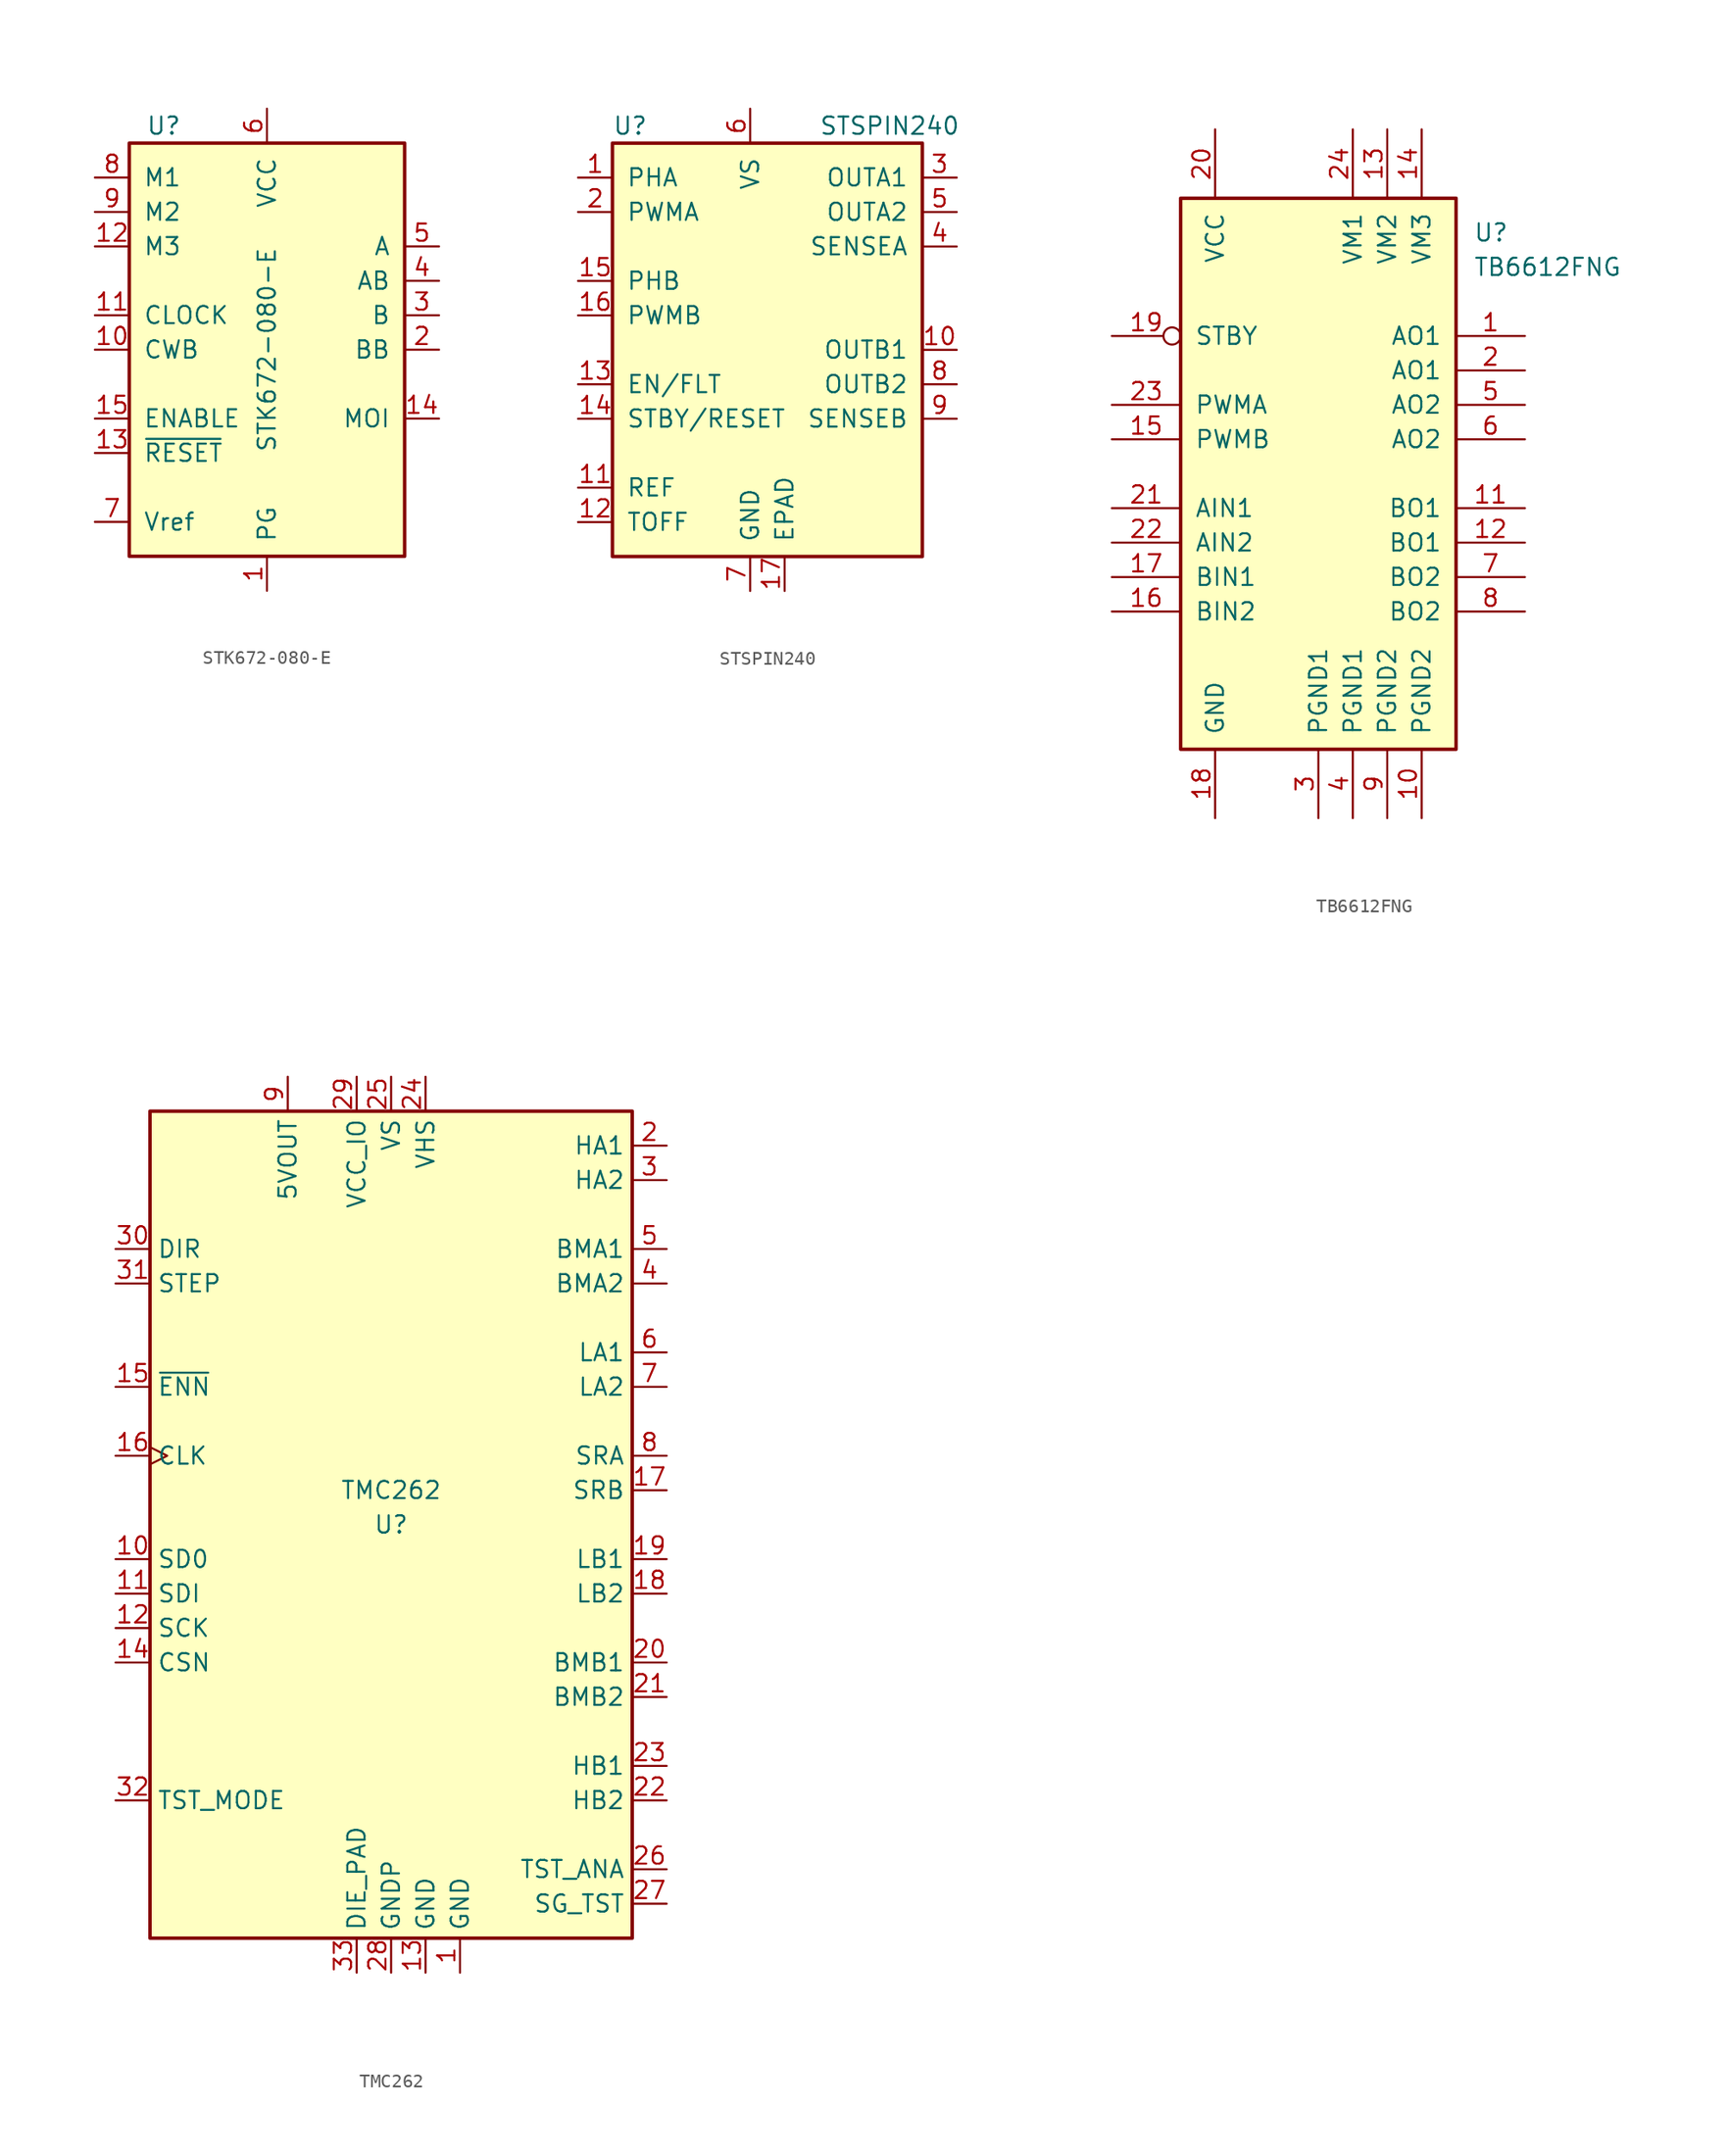
<source format=kicad_sym>
(kicad_symbol_lib
  (version 20201005)
  (generator kicad_symbol_editor)
  (symbol "STK672-080-E"
    (pin_names
      (offset 1.016))
    (property "Reference" "U"
      (at -7.62 16.51 0)
      (effects (font (size 1.27 1.27))))
    (property "Value" "STK672-080-E"
      (at 0 0 90)
      (effects (font (size 1.27 1.27))))
    (symbol "STK672-080-E_0_1"
      (rectangle (start -10.16 15.24) (end 10.16 -15.24) (stroke (width 0.254)) (fill (type background))))
    (symbol "STK672-080-E_1_1"
      (pin power_in line (at 0 -17.78 90) (length 2.54) (name "PG" (effects (font (size 1.27 1.27)))) (number "1" (effects (font (size 1.27 1.27)))))
      (pin input line (at -12.7 0 0) (length 2.54) (name "CWB" (effects (font (size 1.27 1.27)))) (number "10" (effects (font (size 1.27 1.27)))))
      (pin input line (at -12.7 2.54 0) (length 2.54) (name "CLOCK" (effects (font (size 1.27 1.27)))) (number "11" (effects (font (size 1.27 1.27)))))
      (pin input line (at -12.7 7.62 0) (length 2.54) (name "M3" (effects (font (size 1.27 1.27)))) (number "12" (effects (font (size 1.27 1.27)))))
      (pin input line (at -12.7 -7.62 0) (length 2.54) (name "~RESET~" (effects (font (size 1.27 1.27)))) (number "13" (effects (font (size 1.27 1.27)))))
      (pin output line (at 12.7 -5.08 180) (length 2.54) (name "MOI" (effects (font (size 1.27 1.27)))) (number "14" (effects (font (size 1.27 1.27)))))
      (pin input line (at -12.7 -5.08 0) (length 2.54) (name "ENABLE" (effects (font (size 1.27 1.27)))) (number "15" (effects (font (size 1.27 1.27)))))
      (pin output line (at 12.7 0 180) (length 2.54) (name "BB" (effects (font (size 1.27 1.27)))) (number "2" (effects (font (size 1.27 1.27)))))
      (pin output line (at 12.7 2.54 180) (length 2.54) (name "B" (effects (font (size 1.27 1.27)))) (number "3" (effects (font (size 1.27 1.27)))))
      (pin output line (at 12.7 5.08 180) (length 2.54) (name "AB" (effects (font (size 1.27 1.27)))) (number "4" (effects (font (size 1.27 1.27)))))
      (pin output line (at 12.7 7.62 180) (length 2.54) (name "A" (effects (font (size 1.27 1.27)))) (number "5" (effects (font (size 1.27 1.27)))))
      (pin power_in line (at 0 17.78 270) (length 2.54) (name "VCC" (effects (font (size 1.27 1.27)))) (number "6" (effects (font (size 1.27 1.27)))))
      (pin input line (at -12.7 -12.7 0) (length 2.54) (name "Vref" (effects (font (size 1.27 1.27)))) (number "7" (effects (font (size 1.27 1.27)))))
      (pin input line (at -12.7 12.7 0) (length 2.54) (name "M1" (effects (font (size 1.27 1.27)))) (number "8" (effects (font (size 1.27 1.27)))))
      (pin input line (at -12.7 10.16 0) (length 2.54) (name "M2" (effects (font (size 1.27 1.27)))) (number "9" (effects (font (size 1.27 1.27)))))))
  (symbol "STSPIN240"
    (pin_names
      (offset 1.016))
    (property "Reference" "U"
      (at -10.16 16.51 0)
      (effects (font (size 1.27 1.27)) (justify left)))
    (property "Value" "STSPIN240"
      (at 5.08 16.51 0)
      (effects (font (size 1.27 1.27)) (justify left)))
    (symbol "STSPIN240_0_1"
      (rectangle (start -10.16 15.24) (end 12.7 -15.24) (stroke (width 0.254)) (fill (type background))))
    (symbol "STSPIN240_1_1"
      (pin input line (at -12.7 12.7 0) (length 2.54) (name "PHA" (effects (font (size 1.27 1.27)))) (number "1" (effects (font (size 1.27 1.27)))))
      (pin power_out line (at 15.24 0 180) (length 2.54) (name "OUTB1" (effects (font (size 1.27 1.27)))) (number "10" (effects (font (size 1.27 1.27)))))
      (pin input line (at -12.7 -10.16 0) (length 2.54) (name "REF" (effects (font (size 1.27 1.27)))) (number "11" (effects (font (size 1.27 1.27)))))
      (pin input line (at -12.7 -12.7 0) (length 2.54) (name "TOFF" (effects (font (size 1.27 1.27)))) (number "12" (effects (font (size 1.27 1.27)))))
      (pin bidirectional line (at -12.7 -2.54 0) (length 2.54) (name "EN/FLT" (effects (font (size 1.27 1.27)))) (number "13" (effects (font (size 1.27 1.27)))))
      (pin input line (at -12.7 -5.08 0) (length 2.54) (name "STBY/RESET" (effects (font (size 1.27 1.27)))) (number "14" (effects (font (size 1.27 1.27)))))
      (pin input line (at -12.7 5.08 0) (length 2.54) (name "PHB" (effects (font (size 1.27 1.27)))) (number "15" (effects (font (size 1.27 1.27)))))
      (pin input line (at -12.7 2.54 0) (length 2.54) (name "PWMB" (effects (font (size 1.27 1.27)))) (number "16" (effects (font (size 1.27 1.27)))))
      (pin power_in line (at 2.54 -17.78 90) (length 2.54) (name "EPAD" (effects (font (size 1.27 1.27)))) (number "17" (effects (font (size 1.27 1.27)))))
      (pin input line (at -12.7 10.16 0) (length 2.54) (name "PWMA" (effects (font (size 1.27 1.27)))) (number "2" (effects (font (size 1.27 1.27)))))
      (pin power_out line (at 15.24 12.7 180) (length 2.54) (name "OUTA1" (effects (font (size 1.27 1.27)))) (number "3" (effects (font (size 1.27 1.27)))))
      (pin power_out line (at 15.24 7.62 180) (length 2.54) (name "SENSEA" (effects (font (size 1.27 1.27)))) (number "4" (effects (font (size 1.27 1.27)))))
      (pin power_out line (at 15.24 10.16 180) (length 2.54) (name "OUTA2" (effects (font (size 1.27 1.27)))) (number "5" (effects (font (size 1.27 1.27)))))
      (pin power_in line (at 0 17.78 270) (length 2.54) (name "VS" (effects (font (size 1.27 1.27)))) (number "6" (effects (font (size 1.27 1.27)))))
      (pin power_in line (at 0 -17.78 90) (length 2.54) (name "GND" (effects (font (size 1.27 1.27)))) (number "7" (effects (font (size 1.27 1.27)))))
      (pin power_out line (at 15.24 -2.54 180) (length 2.54) (name "OUTB2" (effects (font (size 1.27 1.27)))) (number "8" (effects (font (size 1.27 1.27)))))
      (pin power_out line (at 15.24 -5.08 180) (length 2.54) (name "SENSEB" (effects (font (size 1.27 1.27)))) (number "9" (effects (font (size 1.27 1.27)))))))
  (symbol "TB6612FNG"
    (pin_names
      (offset 1.016))
    (property "Reference" "U"
      (at 11.43 17.78 0)
      (effects (font (size 1.27 1.27)) (justify left)))
    (property "Value" "TB6612FNG"
      (at 11.43 15.24 0)
      (effects (font (size 1.27 1.27)) (justify left)))
    (symbol "TB6612FNG_0_1"
      (rectangle (start -10.16 20.32) (end 10.16 -20.32) (stroke (width 0.254)) (fill (type background))))
    (symbol "TB6612FNG_1_1"
      (pin power_out line (at 15.24 10.16 180) (length 5.08) (name "AO1" (effects (font (size 1.27 1.27)))) (number "1" (effects (font (size 1.27 1.27)))))
      (pin power_in line (at 7.62 -25.4 90) (length 5.08) (name "PGND2" (effects (font (size 1.27 1.27)))) (number "10" (effects (font (size 1.27 1.27)))))
      (pin power_out line (at 15.24 -2.54 180) (length 5.08) (name "BO1" (effects (font (size 1.27 1.27)))) (number "11" (effects (font (size 1.27 1.27)))))
      (pin power_out line (at 15.24 -5.08 180) (length 5.08) (name "BO1" (effects (font (size 1.27 1.27)))) (number "12" (effects (font (size 1.27 1.27)))))
      (pin power_in line (at 5.08 25.4 270) (length 5.08) (name "VM2" (effects (font (size 1.27 1.27)))) (number "13" (effects (font (size 1.27 1.27)))))
      (pin power_in line (at 7.62 25.4 270) (length 5.08) (name "VM3" (effects (font (size 1.27 1.27)))) (number "14" (effects (font (size 1.27 1.27)))))
      (pin input line (at -15.24 2.54 0) (length 5.08) (name "PWMB" (effects (font (size 1.27 1.27)))) (number "15" (effects (font (size 1.27 1.27)))))
      (pin input line (at -15.24 -10.16 0) (length 5.08) (name "BIN2" (effects (font (size 1.27 1.27)))) (number "16" (effects (font (size 1.27 1.27)))))
      (pin input line (at -15.24 -7.62 0) (length 5.08) (name "BIN1" (effects (font (size 1.27 1.27)))) (number "17" (effects (font (size 1.27 1.27)))))
      (pin power_in line (at -7.62 -25.4 90) (length 5.08) (name "GND" (effects (font (size 1.27 1.27)))) (number "18" (effects (font (size 1.27 1.27)))))
      (pin input inverted (at -15.24 10.16 0) (length 5.08) (name "STBY" (effects (font (size 1.27 1.27)))) (number "19" (effects (font (size 1.27 1.27)))))
      (pin power_out line (at 15.24 7.62 180) (length 5.08) (name "AO1" (effects (font (size 1.27 1.27)))) (number "2" (effects (font (size 1.27 1.27)))))
      (pin power_in line (at -7.62 25.4 270) (length 5.08) (name "VCC" (effects (font (size 1.27 1.27)))) (number "20" (effects (font (size 1.27 1.27)))))
      (pin input line (at -15.24 -2.54 0) (length 5.08) (name "AIN1" (effects (font (size 1.27 1.27)))) (number "21" (effects (font (size 1.27 1.27)))))
      (pin input line (at -15.24 -5.08 0) (length 5.08) (name "AIN2" (effects (font (size 1.27 1.27)))) (number "22" (effects (font (size 1.27 1.27)))))
      (pin input line (at -15.24 5.08 0) (length 5.08) (name "PWMA" (effects (font (size 1.27 1.27)))) (number "23" (effects (font (size 1.27 1.27)))))
      (pin power_in line (at 2.54 25.4 270) (length 5.08) (name "VM1" (effects (font (size 1.27 1.27)))) (number "24" (effects (font (size 1.27 1.27)))))
      (pin power_in line (at 0 -25.4 90) (length 5.08) (name "PGND1" (effects (font (size 1.27 1.27)))) (number "3" (effects (font (size 1.27 1.27)))))
      (pin power_in line (at 2.54 -25.4 90) (length 5.08) (name "PGND1" (effects (font (size 1.27 1.27)))) (number "4" (effects (font (size 1.27 1.27)))))
      (pin power_out line (at 15.24 5.08 180) (length 5.08) (name "AO2" (effects (font (size 1.27 1.27)))) (number "5" (effects (font (size 1.27 1.27)))))
      (pin power_out line (at 15.24 2.54 180) (length 5.08) (name "AO2" (effects (font (size 1.27 1.27)))) (number "6" (effects (font (size 1.27 1.27)))))
      (pin power_out line (at 15.24 -7.62 180) (length 5.08) (name "BO2" (effects (font (size 1.27 1.27)))) (number "7" (effects (font (size 1.27 1.27)))))
      (pin power_out line (at 15.24 -10.16 180) (length 5.08) (name "BO2" (effects (font (size 1.27 1.27)))) (number "8" (effects (font (size 1.27 1.27)))))
      (pin power_in line (at 5.08 -25.4 90) (length 5.08) (name "PGND2" (effects (font (size 1.27 1.27)))) (number "9" (effects (font (size 1.27 1.27)))))))
  (symbol "TMC262"
    (property "Reference" "U"
      (at 0 0 0)
      (effects (font (size 1.27 1.27))))
    (property "Value" "TMC262"
      (at 0 2.54 0)
      (effects (font (size 1.27 1.27))))
    (symbol "TMC262_0_1"
      (rectangle (start -17.78 30.48) (end 17.78 -30.48) (stroke (width 0.254)) (fill (type background))))
    (symbol "TMC262_1_1"
      (pin power_in line (at 5.08 -33.02 90) (length 2.54) (name "GND" (effects (font (size 1.27 1.27)))) (number "1" (effects (font (size 1.27 1.27)))))
      (pin tri_state line (at -20.32 -2.54 0) (length 2.54) (name "SD0" (effects (font (size 1.27 1.27)))) (number "10" (effects (font (size 1.27 1.27)))))
      (pin input line (at -20.32 -5.08 0) (length 2.54) (name "SDI" (effects (font (size 1.27 1.27)))) (number "11" (effects (font (size 1.27 1.27)))))
      (pin input line (at -20.32 -7.62 0) (length 2.54) (name "SCK" (effects (font (size 1.27 1.27)))) (number "12" (effects (font (size 1.27 1.27)))))
      (pin power_in line (at 2.54 -33.02 90) (length 2.54) (name "GND" (effects (font (size 1.27 1.27)))) (number "13" (effects (font (size 1.27 1.27)))))
      (pin input line (at -20.32 -10.16 0) (length 2.54) (name "CSN" (effects (font (size 1.27 1.27)))) (number "14" (effects (font (size 1.27 1.27)))))
      (pin input line (at -20.32 10.16 0) (length 2.54) (name "~ENN~" (effects (font (size 1.27 1.27)))) (number "15" (effects (font (size 1.27 1.27)))))
      (pin input clock (at -20.32 5.08 0) (length 2.54) (name "CLK" (effects (font (size 1.27 1.27)))) (number "16" (effects (font (size 1.27 1.27)))))
      (pin input line (at 20.32 2.54 180) (length 2.54) (name "SRB" (effects (font (size 1.27 1.27)))) (number "17" (effects (font (size 1.27 1.27)))))
      (pin output line (at 20.32 -5.08 180) (length 2.54) (name "LB2" (effects (font (size 1.27 1.27)))) (number "18" (effects (font (size 1.27 1.27)))))
      (pin output line (at 20.32 -2.54 180) (length 2.54) (name "LB1" (effects (font (size 1.27 1.27)))) (number "19" (effects (font (size 1.27 1.27)))))
      (pin output line (at 20.32 27.94 180) (length 2.54) (name "HA1" (effects (font (size 1.27 1.27)))) (number "2" (effects (font (size 1.27 1.27)))))
      (pin input line (at 20.32 -10.16 180) (length 2.54) (name "BMB1" (effects (font (size 1.27 1.27)))) (number "20" (effects (font (size 1.27 1.27)))))
      (pin input line (at 20.32 -12.7 180) (length 2.54) (name "BMB2" (effects (font (size 1.27 1.27)))) (number "21" (effects (font (size 1.27 1.27)))))
      (pin output line (at 20.32 -20.32 180) (length 2.54) (name "HB2" (effects (font (size 1.27 1.27)))) (number "22" (effects (font (size 1.27 1.27)))))
      (pin output line (at 20.32 -17.78 180) (length 2.54) (name "HB1" (effects (font (size 1.27 1.27)))) (number "23" (effects (font (size 1.27 1.27)))))
      (pin power_in line (at 2.54 33.02 270) (length 2.54) (name "VHS" (effects (font (size 1.27 1.27)))) (number "24" (effects (font (size 1.27 1.27)))))
      (pin power_in line (at 0 33.02 270) (length 2.54) (name "VS" (effects (font (size 1.27 1.27)))) (number "25" (effects (font (size 1.27 1.27)))))
      (pin output line (at 20.32 -25.4 180) (length 2.54) (name "TST_ANA" (effects (font (size 1.27 1.27)))) (number "26" (effects (font (size 1.27 1.27)))))
      (pin output line (at 20.32 -27.94 180) (length 2.54) (name "SG_TST" (effects (font (size 1.27 1.27)))) (number "27" (effects (font (size 1.27 1.27)))))
      (pin power_in line (at 0 -33.02 90) (length 2.54) (name "GNDP" (effects (font (size 1.27 1.27)))) (number "28" (effects (font (size 1.27 1.27)))))
      (pin power_in line (at -2.54 33.02 270) (length 2.54) (name "VCC_IO" (effects (font (size 1.27 1.27)))) (number "29" (effects (font (size 1.27 1.27)))))
      (pin output line (at 20.32 25.4 180) (length 2.54) (name "HA2" (effects (font (size 1.27 1.27)))) (number "3" (effects (font (size 1.27 1.27)))))
      (pin input line (at -20.32 20.32 0) (length 2.54) (name "DIR" (effects (font (size 1.27 1.27)))) (number "30" (effects (font (size 1.27 1.27)))))
      (pin input line (at -20.32 17.78 0) (length 2.54) (name "STEP" (effects (font (size 1.27 1.27)))) (number "31" (effects (font (size 1.27 1.27)))))
      (pin input line (at -20.32 -20.32 0) (length 2.54) (name "TST_MODE" (effects (font (size 1.27 1.27)))) (number "32" (effects (font (size 1.27 1.27)))))
      (pin input line (at -2.54 -33.02 90) (length 2.54) (name "DIE_PAD" (effects (font (size 1.27 1.27)))) (number "33" (effects (font (size 1.27 1.27)))))
      (pin input line (at 20.32 17.78 180) (length 2.54) (name "BMA2" (effects (font (size 1.27 1.27)))) (number "4" (effects (font (size 1.27 1.27)))))
      (pin input line (at 20.32 20.32 180) (length 2.54) (name "BMA1" (effects (font (size 1.27 1.27)))) (number "5" (effects (font (size 1.27 1.27)))))
      (pin output line (at 20.32 12.7 180) (length 2.54) (name "LA1" (effects (font (size 1.27 1.27)))) (number "6" (effects (font (size 1.27 1.27)))))
      (pin output line (at 20.32 10.16 180) (length 2.54) (name "LA2" (effects (font (size 1.27 1.27)))) (number "7" (effects (font (size 1.27 1.27)))))
      (pin input line (at 20.32 5.08 180) (length 2.54) (name "SRA" (effects (font (size 1.27 1.27)))) (number "8" (effects (font (size 1.27 1.27)))))
      (pin power_out line (at -7.62 33.02 270) (length 2.54) (name "5VOUT" (effects (font (size 1.27 1.27)))) (number "9" (effects (font (size 1.27 1.27))))))))
</source>
